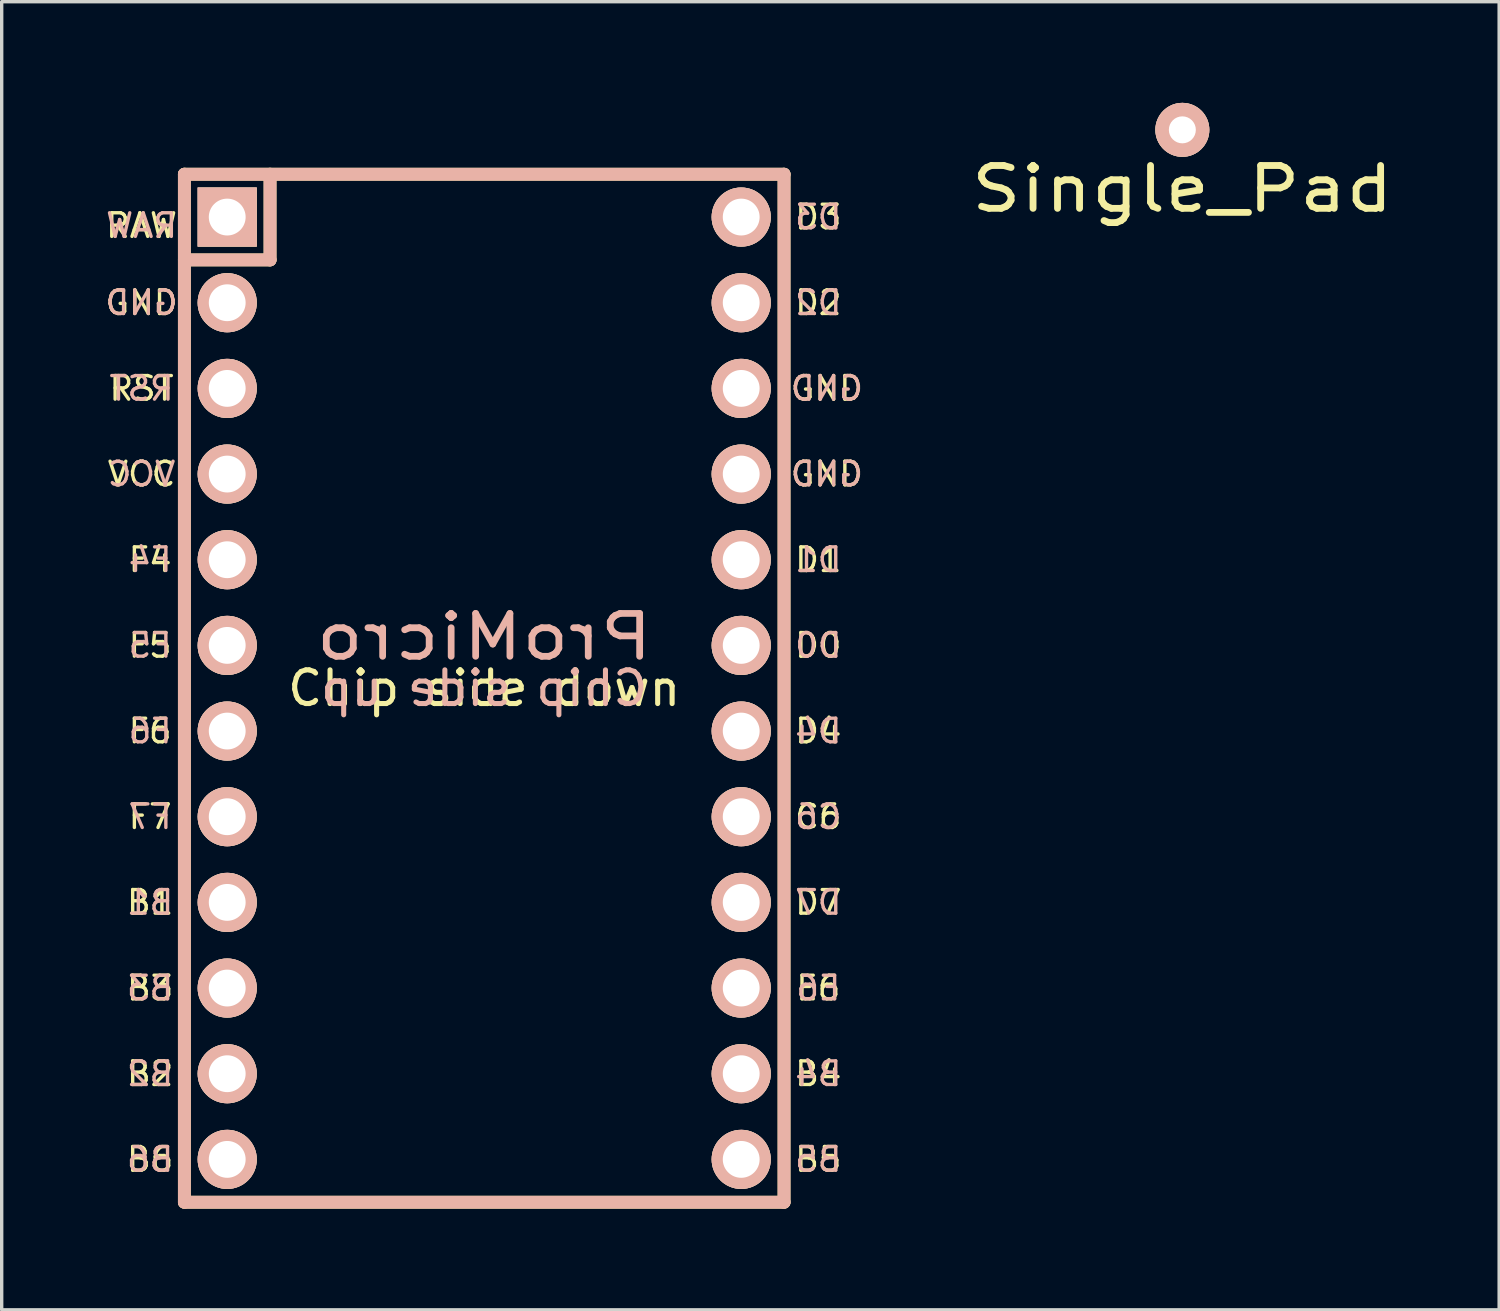
<source format=kicad_pcb>
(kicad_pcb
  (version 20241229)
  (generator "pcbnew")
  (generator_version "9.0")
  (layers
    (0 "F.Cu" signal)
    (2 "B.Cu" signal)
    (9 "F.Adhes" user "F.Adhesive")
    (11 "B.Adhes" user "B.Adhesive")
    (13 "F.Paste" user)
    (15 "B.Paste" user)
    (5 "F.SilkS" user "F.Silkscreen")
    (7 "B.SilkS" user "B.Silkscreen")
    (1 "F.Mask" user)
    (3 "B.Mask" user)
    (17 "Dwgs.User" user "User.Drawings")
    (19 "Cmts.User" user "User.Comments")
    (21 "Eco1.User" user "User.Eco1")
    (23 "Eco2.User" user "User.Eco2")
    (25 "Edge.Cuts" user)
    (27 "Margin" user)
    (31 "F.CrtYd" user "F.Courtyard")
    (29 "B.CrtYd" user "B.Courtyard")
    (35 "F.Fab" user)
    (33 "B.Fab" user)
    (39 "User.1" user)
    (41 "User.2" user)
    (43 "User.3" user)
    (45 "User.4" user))
  (footprint "Pro_Micro"
    (layer "F.Cu")
    (at 11.307 15.832)
    (property "Reference" "Pro_Micro" (at 0.508 -14.732 0) (layer "Eco1.User") (effects (font (size 1.27 1.524) (thickness 0.203))))
    (attr through_hole)
    (fp_line (start -8.89 -13.716) (end -8.89 16.764) (stroke (width 0.381) (type solid)) (layer "F.SilkS"))
    (fp_line (start -8.89 16.764) (end 8.89 16.764) (stroke (width 0.381) (type solid)) (layer "F.SilkS"))
    (fp_line (start -6.35 -13.716) (end -6.35 -11.176) (stroke (width 0.381) (type solid)) (layer "F.SilkS"))
    (fp_line (start -6.35 -11.176) (end -8.89 -11.176) (stroke (width 0.381) (type solid)) (layer "F.SilkS"))
    (fp_line (start 8.89 -13.716) (end -8.89 -13.716) (stroke (width 0.381) (type solid)) (layer "F.SilkS"))
    (fp_line (start 8.89 16.764) (end 8.89 -13.716) (stroke (width 0.381) (type solid)) (layer "F.SilkS"))
    (fp_line (start -8.89 -13.716) (end -8.89 16.764) (stroke (width 0.381) (type solid)) (layer "B.SilkS"))
    (fp_line (start -8.89 16.764) (end 8.89 16.764) (stroke (width 0.381) (type solid)) (layer "B.SilkS"))
    (fp_line (start -6.35 -13.716) (end -6.35 -11.176) (stroke (width 0.381) (type solid)) (layer "B.SilkS"))
    (fp_line (start -6.35 -11.176) (end -8.89 -11.176) (stroke (width 0.381) (type solid)) (layer "B.SilkS"))
    (fp_line (start 8.89 -13.716) (end -8.89 -13.716) (stroke (width 0.381) (type solid)) (layer "B.SilkS"))
    (fp_line (start 8.89 16.764) (end 8.89 -13.716) (stroke (width 0.381) (type solid)) (layer "B.SilkS"))
    (fp_text user "B2" (at -9.906 12.954 0) (layer "F.SilkS") (effects (font (size 0.7 0.7) (thickness 0.1))))
    (fp_text user "B1" (at -9.906 7.874 0) (layer "F.SilkS") (effects (font (size 0.7 0.7) (thickness 0.1))))
    (fp_text user "B4" (at 9.906 12.954 0) (layer "F.SilkS") (effects (font (size 0.7 0.7) (thickness 0.1))))
    (fp_text user "F7" (at -9.906 5.334 0) (layer "F.SilkS") (effects (font (size 0.7 0.7) (thickness 0.1))))
    (fp_text user "GND" (at -10.16 -9.906 0) (layer "F.SilkS") (effects (font (size 0.7 0.7) (thickness 0.1))))
    (fp_text user "F5" (at -9.906 0.254 0) (layer "F.SilkS") (effects (font (size 0.7 0.7) (thickness 0.1))))
    (fp_text user "B3" (at -9.906 10.414 0) (layer "F.SilkS") (effects (font (size 0.7 0.7) (thickness 0.1))))
    (fp_text user "F6" (at -9.906 2.794 0) (layer "F.SilkS") (effects (font (size 0.7 0.7) (thickness 0.1))))
    (fp_text user "D7" (at 9.906 7.874 0) (layer "F.SilkS") (effects (font (size 0.7 0.7) (thickness 0.1))))
    (fp_text user "D1" (at 9.906 -2.286 0) (layer "F.SilkS") (effects (font (size 0.7 0.7) (thickness 0.1))))
    (fp_text user "RAW" (at -10.16 -12.192 0) (layer "F.SilkS") (effects (font (size 0.7 0.7) (thickness 0.1))))
    (fp_text user "B6" (at -9.906 15.494 0) (layer "F.SilkS") (effects (font (size 0.7 0.7) (thickness 0.1))))
    (fp_text user "VCC" (at -10.16 -4.826 0) (layer "F.SilkS") (effects (font (size 0.7 0.7) (thickness 0.1))))
    (fp_text user "C6" (at 9.906 5.334 0) (layer "F.SilkS") (effects (font (size 0.7 0.7) (thickness 0.1))))
    (fp_text user "B5" (at 9.906 15.494 0) (layer "F.SilkS") (effects (font (size 0.7 0.7) (thickness 0.1))))
    (fp_text user "D3" (at 9.906 -12.446 0) (layer "F.SilkS") (effects (font (size 0.7 0.7) (thickness 0.1))))
    (fp_text user "Chip side down" (at 0 1.524 0) (layer "F.SilkS") (effects (font (size 1 1) (thickness 0.15))))
    (fp_text user "D0" (at 9.906 0.254 0) (layer "F.SilkS") (effects (font (size 0.7 0.7) (thickness 0.1))))
    (fp_text user "GND" (at 10.16 -7.366 0) (layer "F.SilkS") (effects (font (size 0.7 0.7) (thickness 0.1))))
    (fp_text user "D2" (at 9.906 -9.906 0) (layer "F.SilkS") (effects (font (size 0.7 0.7) (thickness 0.1))))
    (fp_text user "RST" (at -10.16 -7.366 0) (layer "F.SilkS") (effects (font (size 0.7 0.7) (thickness 0.1))))
    (fp_text user "D4" (at 9.906 2.794 0) (layer "F.SilkS") (effects (font (size 0.7 0.7) (thickness 0.1))))
    (fp_text user "GND" (at 10.16 -4.826 0) (layer "F.SilkS") (effects (font (size 0.7 0.7) (thickness 0.1))))
    (fp_text user "E6" (at 9.906 10.414 0) (layer "F.SilkS") (effects (font (size 0.7 0.7) (thickness 0.1))))
    (fp_text user "F4" (at -9.906 -2.286 0) (layer "F.SilkS") (effects (font (size 0.7 0.7) (thickness 0.1))))
    (fp_text user "D2" (at 9.906 -9.906 0) (layer "B.SilkS") (effects (font (size 0.7 0.7) (thickness 0.1)) (justify mirror)))
    (fp_text user "E6" (at 9.906 10.414 0) (layer "B.SilkS") (effects (font (size 0.7 0.7) (thickness 0.1)) (justify mirror)))
    (fp_text user "F5" (at -9.906 0.254 0) (layer "B.SilkS") (effects (font (size 0.7 0.7) (thickness 0.1)) (justify mirror)))
    (fp_text user "RST" (at -10.16 -7.366 0) (layer "B.SilkS") (effects (font (size 0.7 0.7) (thickness 0.1)) (justify mirror)))
    (fp_text user "B2" (at -9.906 12.954 0) (layer "B.SilkS") (effects (font (size 0.7 0.7) (thickness 0.1)) (justify mirror)))
    (fp_text user "B4" (at 9.906 12.954 0) (layer "B.SilkS") (effects (font (size 0.7 0.7) (thickness 0.1)) (justify mirror)))
    (fp_text user "RAW" (at -10.16 -12.192 0) (layer "B.SilkS") (effects (font (size 0.7 0.7) (thickness 0.1)) (justify mirror)))
    (fp_text user "D7" (at 9.906 7.874 0) (layer "B.SilkS") (effects (font (size 0.7 0.7) (thickness 0.1)) (justify mirror)))
    (fp_text user "D4" (at 9.906 2.794 0) (layer "B.SilkS") (effects (font (size 0.7 0.7) (thickness 0.1)) (justify mirror)))
    (fp_text user "Chip side up" (at 0 1.524 0) (layer "B.SilkS") (effects (font (size 1 1) (thickness 0.15)) (justify mirror)))
    (fp_text user "VCC" (at -10.16 -4.826 0) (layer "B.SilkS") (effects (font (size 0.7 0.7) (thickness 0.1)) (justify mirror)))
    (fp_text user "B5" (at 9.906 15.494 0) (layer "B.SilkS") (effects (font (size 0.7 0.7) (thickness 0.1)) (justify mirror)))
    (fp_text user "GND" (at 10.16 -4.826 0) (layer "B.SilkS") (effects (font (size 0.7 0.7) (thickness 0.1)) (justify mirror)))
    (fp_text user "ProMicro" (at 0 0 0) (layer "B.SilkS") (effects (font (size 1.27 1.524) (thickness 0.2)) (justify mirror)))
    (fp_text user "B3" (at -9.906 10.414 0) (layer "B.SilkS") (effects (font (size 0.7 0.7) (thickness 0.1)) (justify mirror)))
    (fp_text user "F7" (at -9.906 5.334 0) (layer "B.SilkS") (effects (font (size 0.7 0.7) (thickness 0.1)) (justify mirror)))
    (fp_text user "C6" (at 9.906 5.334 0) (layer "B.SilkS") (effects (font (size 0.7 0.7) (thickness 0.1)) (justify mirror)))
    (fp_text user "B6" (at -9.906 15.494 0) (layer "B.SilkS") (effects (font (size 0.7 0.7) (thickness 0.1)) (justify mirror)))
    (fp_text user "D0" (at 9.906 0.254 0) (layer "B.SilkS") (effects (font (size 0.7 0.7) (thickness 0.1)) (justify mirror)))
    (fp_text user "F6" (at -9.906 2.794 0) (layer "B.SilkS") (effects (font (size 0.7 0.7) (thickness 0.1)) (justify mirror)))
    (fp_text user "D3" (at 9.906 -12.446 0) (layer "B.SilkS") (effects (font (size 0.7 0.7) (thickness 0.1)) (justify mirror)))
    (fp_text user "B1" (at -9.906 7.874 0) (layer "B.SilkS") (effects (font (size 0.7 0.7) (thickness 0.1)) (justify mirror)))
    (fp_text user "F4" (at -9.906 -2.286 0) (layer "B.SilkS") (effects (font (size 0.7 0.7) (thickness 0.1)) (justify mirror)))
    (fp_text user "D1" (at 9.906 -2.286 0) (layer "B.SilkS") (effects (font (size 0.7 0.7) (thickness 0.1)) (justify mirror)))
    (fp_text user "GND" (at -10.16 -9.906 0) (layer "B.SilkS") (effects (font (size 0.7 0.7) (thickness 0.1)) (justify mirror)))
    (fp_text user "GND" (at 10.16 -7.366 0) (layer "B.SilkS") (effects (font (size 0.7 0.7) (thickness 0.1)) (justify mirror)))
    (pad "1" thru_hole rect (at -7.62 -12.446 270) (size 1.753 1.753) (drill 1.092) (layers "*.Cu" "*.SilkS" "*.Mask"))
    (pad "2" thru_hole circle (at -7.62 -9.906 270) (size 1.753 1.753) (drill 1.092) (layers "*.Cu" "*.SilkS" "*.Mask"))
    (pad "3" thru_hole circle (at -7.62 -7.366 270) (size 1.753 1.753) (drill 1.092) (layers "*.Cu" "*.SilkS" "*.Mask"))
    (pad "4" thru_hole circle (at -7.62 -4.826 270) (size 1.753 1.753) (drill 1.092) (layers "*.Cu" "*.SilkS" "*.Mask"))
    (pad "5" thru_hole circle (at -7.62 -2.286 270) (size 1.753 1.753) (drill 1.092) (layers "*.Cu" "*.SilkS" "*.Mask"))
    (pad "6" thru_hole circle (at -7.62 0.254 270) (size 1.753 1.753) (drill 1.092) (layers "*.Cu" "*.SilkS" "*.Mask"))
    (pad "7" thru_hole circle (at -7.62 2.794 270) (size 1.753 1.753) (drill 1.092) (layers "*.Cu" "*.SilkS" "*.Mask"))
    (pad "8" thru_hole circle (at -7.62 5.334 270) (size 1.753 1.753) (drill 1.092) (layers "*.Cu" "*.SilkS" "*.Mask"))
    (pad "9" thru_hole circle (at -7.62 7.874 270) (size 1.753 1.753) (drill 1.092) (layers "*.Cu" "*.SilkS" "*.Mask"))
    (pad "10" thru_hole circle (at -7.62 10.414 270) (size 1.753 1.753) (drill 1.092) (layers "*.Cu" "*.SilkS" "*.Mask"))
    (pad "11" thru_hole circle (at -7.62 12.954 270) (size 1.753 1.753) (drill 1.092) (layers "*.Cu" "*.SilkS" "*.Mask"))
    (pad "12" thru_hole circle (at -7.62 15.494 270) (size 1.753 1.753) (drill 1.092) (layers "*.Cu" "*.SilkS" "*.Mask"))
    (pad "13" thru_hole circle (at 7.62 -12.446 270) (size 1.753 1.753) (drill 1.092) (layers "*.Cu" "*.SilkS" "*.Mask"))
    (pad "14" thru_hole circle (at 7.62 -9.906 270) (size 1.753 1.753) (drill 1.092) (layers "*.Cu" "*.SilkS" "*.Mask"))
    (pad "15" thru_hole circle (at 7.62 -7.366 270) (size 1.753 1.753) (drill 1.092) (layers "*.Cu" "*.SilkS" "*.Mask"))
    (pad "16" thru_hole circle (at 7.62 -4.826 270) (size 1.753 1.753) (drill 1.092) (layers "*.Cu" "*.SilkS" "*.Mask"))
    (pad "17" thru_hole circle (at 7.62 -2.286 270) (size 1.753 1.753) (drill 1.092) (layers "*.Cu" "*.SilkS" "*.Mask"))
    (pad "18" thru_hole circle (at 7.62 0.254 270) (size 1.753 1.753) (drill 1.092) (layers "*.Cu" "*.SilkS" "*.Mask"))
    (pad "19" thru_hole circle (at 7.62 2.794 270) (size 1.753 1.753) (drill 1.092) (layers "*.Cu" "*.SilkS" "*.Mask"))
    (pad "20" thru_hole circle (at 7.62 5.334 270) (size 1.753 1.753) (drill 1.092) (layers "*.Cu" "*.SilkS" "*.Mask"))
    (pad "21" thru_hole circle (at 7.62 7.874 270) (size 1.753 1.753) (drill 1.092) (layers "*.Cu" "*.SilkS" "*.Mask"))
    (pad "22" thru_hole circle (at 7.62 10.414 270) (size 1.753 1.753) (drill 1.092) (layers "*.Cu" "*.SilkS" "*.Mask"))
    (pad "23" thru_hole circle (at 7.62 12.954 270) (size 1.753 1.753) (drill 1.092) (layers "*.Cu" "*.SilkS" "*.Mask"))
    (pad "24" thru_hole circle (at 7.62 15.494 270) (size 1.753 1.753) (drill 1.092) (layers "*.Cu" "*.SilkS" "*.Mask")))
  (footprint "Single_Pad"
    (layer "F.Cu")
    (at 32.007 0.8)
    (property "Reference" "Single_Pad" (at 0 1.75 0) (layer "F.SilkS") (effects (font (size 1.27 1.524) (thickness 0.203))))
    (attr through_hole)
    (pad "1" thru_hole circle (at 0 0) (size 1.6 1.6) (drill 0.8) (layers "*.Cu" "*.SilkS" "*.Mask")))
  (gr_rect
    (start -3 -3)
    (end 41.4 35.786)
    (stroke (width 0.1) (type default))
    (fill no)
    (layer "Edge.Cuts")))
</source>
